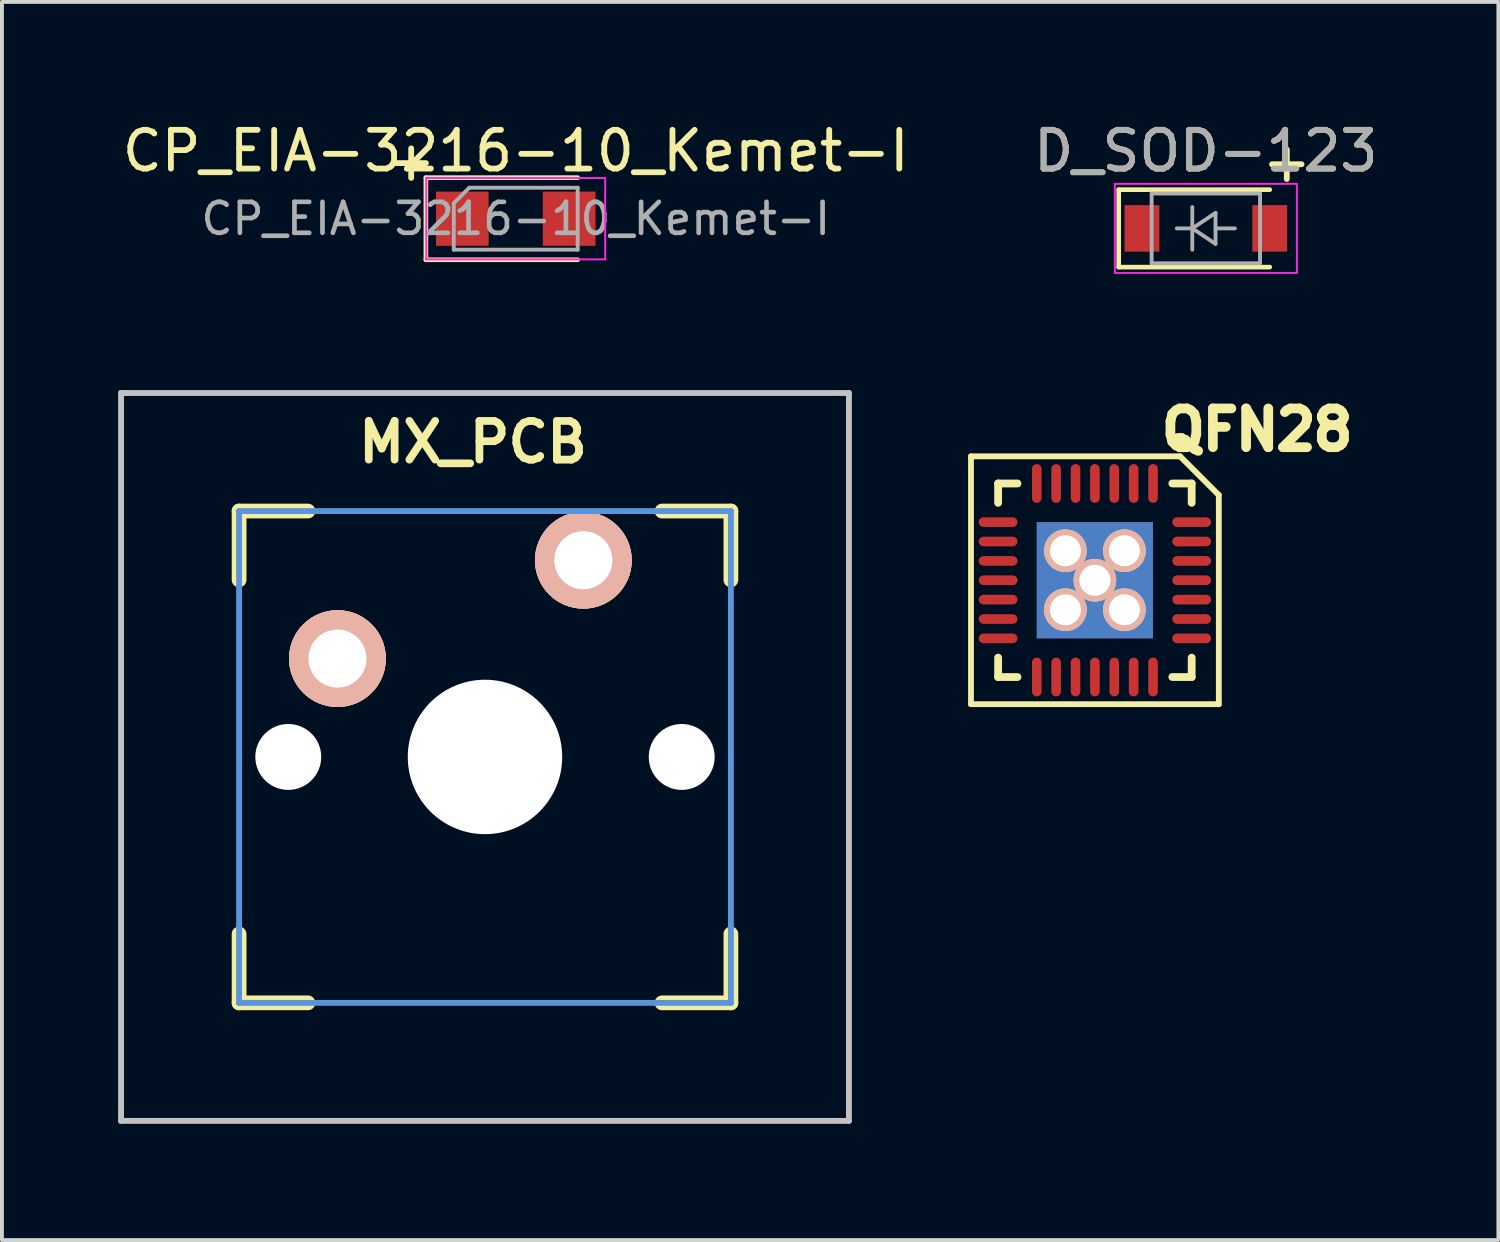
<source format=kicad_pcb>
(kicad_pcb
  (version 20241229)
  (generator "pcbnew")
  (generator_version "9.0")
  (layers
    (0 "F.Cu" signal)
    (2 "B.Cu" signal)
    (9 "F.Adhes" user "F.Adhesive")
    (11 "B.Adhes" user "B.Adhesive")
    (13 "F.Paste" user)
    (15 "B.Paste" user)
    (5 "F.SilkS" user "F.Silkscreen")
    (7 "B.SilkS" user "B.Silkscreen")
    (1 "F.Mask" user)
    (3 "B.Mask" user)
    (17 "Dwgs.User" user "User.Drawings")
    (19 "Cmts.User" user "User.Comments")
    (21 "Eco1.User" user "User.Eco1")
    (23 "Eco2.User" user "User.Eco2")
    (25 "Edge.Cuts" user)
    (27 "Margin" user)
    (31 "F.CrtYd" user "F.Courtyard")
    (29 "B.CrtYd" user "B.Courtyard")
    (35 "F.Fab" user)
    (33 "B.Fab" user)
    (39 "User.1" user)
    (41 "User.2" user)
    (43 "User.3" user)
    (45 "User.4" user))
  (footprint "QFN28"
    (layer "F.Cu")
    (at 25.224 11.934 -90)
    (property "Reference" "QFN28" (at -3.886 -4.191 0) (layer "F.SilkS") (effects (font (size 1.001 1.001) (thickness 0.305))))
    (attr through_hole)
    (fp_line (start -3.2 3.2) (end 3.2 3.2) (stroke (width 0.15) (type solid)) (layer "F.SilkS"))
    (fp_line (start 3.2 3.2) (end 3.2 -3.2) (stroke (width 0.15) (type solid)) (layer "F.SilkS"))
    (fp_line (start -2.499 2.499) (end -1.999 2.499) (stroke (width 0.201) (type solid)) (layer "F.SilkS"))
    (fp_line (start 1.999 2.499) (end 2.499 2.499) (stroke (width 0.201) (type solid)) (layer "F.SilkS"))
    (fp_line (start 2.499 2.499) (end 2.499 1.999) (stroke (width 0.201) (type solid)) (layer "F.SilkS"))
    (fp_line (start -2.499 1.999) (end -2.499 2.499) (stroke (width 0.201) (type solid)) (layer "F.SilkS"))
    (fp_line (start 2.499 -1.999) (end 2.499 -2.499) (stroke (width 0.201) (type solid)) (layer "F.SilkS"))
    (fp_line (start -3.2 -2.2) (end -3.2 3.2) (stroke (width 0.15) (type solid)) (layer "F.SilkS"))
    (fp_line (start -2.499 -2.499) (end -2.499 -1.999) (stroke (width 0.201) (type solid)) (layer "F.SilkS"))
    (fp_line (start -1.999 -2.499) (end -2.499 -2.499) (stroke (width 0.201) (type solid)) (layer "F.SilkS"))
    (fp_line (start 2.499 -2.499) (end 1.999 -2.499) (stroke (width 0.201) (type solid)) (layer "F.SilkS"))
    (fp_line (start -2.2 -3.2) (end -3.2 -2.2) (stroke (width 0.15) (type solid)) (layer "F.SilkS"))
    (fp_line (start 3.2 -3.2) (end -2.2 -3.2) (stroke (width 0.15) (type solid)) (layer "F.SilkS"))
    (pad "" np_thru_hole circle (at -0.762 -0.762 180) (size 1.1 1.1) (drill 0.8) (layers "*.Cu" "*.SilkS" "*.Mask"))
    (pad "" np_thru_hole circle (at -0.762 0.762 180) (size 1.1 1.1) (drill 0.8) (layers "*.Cu" "*.SilkS" "*.Mask"))
    (pad "" np_thru_hole circle (at 0 0 180) (size 1.1 1.1) (drill 0.8) (layers "*.Cu" "*.SilkS" "*.Mask"))
    (pad "" smd rect (at 0 0 180) (size 3 3) (layers "*.Cu" "F.Mask" "F.Paste"))
    (pad "" np_thru_hole circle (at 0.762 -0.762 180) (size 1.1 1.1) (drill 0.8) (layers "*.Cu" "*.SilkS" "*.Mask"))
    (pad "" np_thru_hole circle (at 0.762 0.762 180) (size 1.1 1.1) (drill 0.8) (layers "*.Cu" "*.SilkS" "*.Mask"))
    (pad "1" smd oval (at -2.499 -1.501 270) (size 1.001 0.249) (layers "F.Cu" "F.Mask" "F.Paste"))
    (pad "2" smd oval (at -2.499 -1.001 270) (size 1.001 0.249) (layers "F.Cu" "F.Mask" "F.Paste"))
    (pad "3" smd oval (at -2.499 -0.5 270) (size 1.001 0.249) (layers "F.Cu" "F.Mask" "F.Paste"))
    (pad "4" smd oval (at -2.499 0 270) (size 1.001 0.249) (layers "F.Cu" "F.Mask" "F.Paste"))
    (pad "5" smd oval (at -2.499 0.5 270) (size 1.001 0.249) (layers "F.Cu" "F.Mask" "F.Paste"))
    (pad "6" smd oval (at -2.499 1.001 270) (size 1.001 0.249) (layers "F.Cu" "F.Mask" "F.Paste"))
    (pad "7" smd oval (at -2.499 1.501 270) (size 1.001 0.249) (layers "F.Cu" "F.Mask" "F.Paste"))
    (pad "8" smd oval (at -1.501 2.499) (size 1.001 0.249) (layers "F.Cu" "F.Mask" "F.Paste"))
    (pad "9" smd oval (at -1.001 2.499) (size 1.001 0.249) (layers "F.Cu" "F.Mask" "F.Paste"))
    (pad "10" smd oval (at -0.5 2.499) (size 1.001 0.249) (layers "F.Cu" "F.Mask" "F.Paste"))
    (pad "11" smd oval (at 0 2.499) (size 1.001 0.249) (layers "F.Cu" "F.Mask" "F.Paste"))
    (pad "12" smd oval (at 0.5 2.499) (size 1.001 0.249) (layers "F.Cu" "F.Mask" "F.Paste"))
    (pad "13" smd oval (at 1.001 2.499) (size 1.001 0.249) (layers "F.Cu" "F.Mask" "F.Paste"))
    (pad "14" smd oval (at 1.501 2.499) (size 1.001 0.249) (layers "F.Cu" "F.Mask" "F.Paste"))
    (pad "15" smd oval (at 2.499 1.501 90) (size 1.001 0.249) (layers "F.Cu" "F.Mask" "F.Paste"))
    (pad "16" smd oval (at 2.499 1.001 90) (size 1.001 0.249) (layers "F.Cu" "F.Mask" "F.Paste"))
    (pad "17" smd oval (at 2.499 0.5 90) (size 1.001 0.249) (layers "F.Cu" "F.Mask" "F.Paste"))
    (pad "18" smd oval (at 2.499 0 90) (size 1.001 0.249) (layers "F.Cu" "F.Mask" "F.Paste"))
    (pad "19" smd oval (at 2.499 -0.5 90) (size 1.001 0.249) (layers "F.Cu" "F.Mask" "F.Paste"))
    (pad "20" smd oval (at 2.499 -1.001 90) (size 1.001 0.249) (layers "F.Cu" "F.Mask" "F.Paste"))
    (pad "21" smd oval (at 2.499 -1.501 90) (size 1.001 0.249) (layers "F.Cu" "F.Mask" "F.Paste"))
    (pad "22" smd oval (at 1.501 -2.499 180) (size 1.001 0.249) (layers "F.Cu" "F.Mask" "F.Paste"))
    (pad "23" smd oval (at 1.001 -2.499 180) (size 1.001 0.249) (layers "F.Cu" "F.Mask" "F.Paste"))
    (pad "24" smd oval (at 0.5 -2.499 180) (size 1.001 0.249) (layers "F.Cu" "F.Mask" "F.Paste"))
    (pad "25" smd oval (at 0 -2.499 180) (size 1.001 0.249) (layers "F.Cu" "F.Mask" "F.Paste"))
    (pad "26" smd oval (at -0.5 -2.499 180) (size 1.001 0.249) (layers "F.Cu" "F.Mask" "F.Paste"))
    (pad "27" smd oval (at -1.001 -2.499 180) (size 1.001 0.249) (layers "F.Cu" "F.Mask" "F.Paste"))
    (pad "28" smd oval (at -1.501 -2.499 180) (size 1.001 0.249) (layers "F.Cu" "F.Mask" "F.Paste")))
  (footprint "MX_PCB"
    (layer "F.Cu")
    (at 9.474 16.497)
    (property "Reference" "MX_PCB" (at -0.31 -8.13 0) (layer "F.SilkS") (effects (font (size 1 1) (thickness 0.2))))
    (attr through_hole)
    (fp_line (start -6.35 -6.35) (end -4.572 -6.35) (stroke (width 0.381) (type solid)) (layer "F.SilkS"))
    (fp_line (start -6.35 -4.572) (end -6.35 -6.35) (stroke (width 0.381) (type solid)) (layer "F.SilkS"))
    (fp_line (start -6.35 6.35) (end -6.35 4.572) (stroke (width 0.381) (type solid)) (layer "F.SilkS"))
    (fp_line (start -4.572 6.35) (end -6.35 6.35) (stroke (width 0.381) (type solid)) (layer "F.SilkS"))
    (fp_line (start 4.572 -6.35) (end 6.35 -6.35) (stroke (width 0.381) (type solid)) (layer "F.SilkS"))
    (fp_line (start 6.35 -6.35) (end 6.35 -4.572) (stroke (width 0.381) (type solid)) (layer "F.SilkS"))
    (fp_line (start 6.35 4.572) (end 6.35 6.35) (stroke (width 0.381) (type solid)) (layer "F.SilkS"))
    (fp_line (start 6.35 6.35) (end 4.572 6.35) (stroke (width 0.381) (type solid)) (layer "F.SilkS"))
    (fp_line (start -9.398 -9.398) (end 9.398 -9.398) (stroke (width 0.152) (type solid)) (layer "Dwgs.User"))
    (fp_line (start -9.398 9.398) (end -9.398 -9.398) (stroke (width 0.152) (type solid)) (layer "Dwgs.User"))
    (fp_line (start 9.398 -9.398) (end 9.398 9.398) (stroke (width 0.152) (type solid)) (layer "Dwgs.User"))
    (fp_line (start 9.398 9.398) (end -9.398 9.398) (stroke (width 0.152) (type solid)) (layer "Dwgs.User"))
    (fp_line (start -6.35 -6.35) (end 6.35 -6.35) (stroke (width 0.152) (type solid)) (layer "Cmts.User"))
    (fp_line (start -6.35 6.35) (end -6.35 -6.35) (stroke (width 0.152) (type solid)) (layer "Cmts.User"))
    (fp_line (start 6.35 -6.35) (end 6.35 6.35) (stroke (width 0.152) (type solid)) (layer "Cmts.User"))
    (fp_line (start 6.35 6.35) (end -6.35 6.35) (stroke (width 0.152) (type solid)) (layer "Cmts.User"))
    (fp_line (start -6.985 -6.985) (end 6.985 -6.985) (stroke (width 0.152) (type solid)) (layer "Eco2.User"))
    (fp_line (start -6.985 6.985) (end -6.985 -6.985) (stroke (width 0.152) (type solid)) (layer "Eco2.User"))
    (fp_line (start 6.985 -6.985) (end 6.985 6.985) (stroke (width 0.152) (type solid)) (layer "Eco2.User"))
    (fp_line (start 6.985 6.985) (end -6.985 6.985) (stroke (width 0.152) (type solid)) (layer "Eco2.User"))
    (pad "" np_thru_hole circle (at -5.08 0) (size 1.702 1.702) (drill 1.702) (layers "*.Cu"))
    (pad "" np_thru_hole circle (at 0 0) (size 3.988 3.988) (drill 3.988) (layers "*.Cu"))
    (pad "" np_thru_hole circle (at 5.08 0) (size 1.702 1.702) (drill 1.702) (layers "*.Cu"))
    (pad "SW1" thru_hole circle (at -3.81 -2.54) (size 2.5 2.5) (drill 1.499) (layers "*.Cu" "*.SilkS" "*.Mask"))
    (pad "SW2" thru_hole circle (at 2.54 -5.08) (size 2.5 2.5) (drill 1.499) (layers "*.Cu" "*.SilkS" "*.Mask")))
  (footprint "D_SOD-123"
    (layer "F.Cu")
    (at 28.089 2.848)
    (property "Reference" "D_SOD-123" (at 0 -2 0) (layer "F.SilkS") (effects (font (size 1 1) (thickness 0.15))))
    (attr smd)
    (fp_line (start -2.25 -1) (end -2.25 1) (stroke (width 0.12) (type solid)) (layer "F.SilkS"))
    (fp_line (start -2.25 -1) (end 1.65 -1) (stroke (width 0.12) (type solid)) (layer "F.SilkS"))
    (fp_line (start -2.25 1) (end 1.65 1) (stroke (width 0.12) (type solid)) (layer "F.SilkS"))
    (fp_line (start -2.35 -1.15) (end -2.35 1.15) (stroke (width 0.05) (type solid)) (layer "F.CrtYd"))
    (fp_line (start -2.35 -1.15) (end 2.35 -1.15) (stroke (width 0.05) (type solid)) (layer "F.CrtYd"))
    (fp_line (start 2.35 -1.15) (end 2.35 1.15) (stroke (width 0.05) (type solid)) (layer "F.CrtYd"))
    (fp_line (start 2.35 1.15) (end -2.35 1.15) (stroke (width 0.05) (type solid)) (layer "F.CrtYd"))
    (fp_line (start -1.4 -0.9) (end 1.4 -0.9) (stroke (width 0.1) (type solid)) (layer "F.Fab"))
    (fp_line (start -1.4 0.9) (end -1.4 -0.9) (stroke (width 0.1) (type solid)) (layer "F.Fab"))
    (fp_line (start -0.75 0) (end -0.35 0) (stroke (width 0.1) (type solid)) (layer "F.Fab"))
    (fp_line (start -0.35 0) (end -0.35 -0.55) (stroke (width 0.1) (type solid)) (layer "F.Fab"))
    (fp_line (start -0.35 0) (end -0.35 0.55) (stroke (width 0.1) (type solid)) (layer "F.Fab"))
    (fp_line (start -0.35 0) (end 0.25 -0.4) (stroke (width 0.1) (type solid)) (layer "F.Fab"))
    (fp_line (start 0.25 -0.4) (end 0.25 0.4) (stroke (width 0.1) (type solid)) (layer "F.Fab"))
    (fp_line (start 0.25 0) (end 0.75 0) (stroke (width 0.1) (type solid)) (layer "F.Fab"))
    (fp_line (start 0.25 0.4) (end -0.35 0) (stroke (width 0.1) (type solid)) (layer "F.Fab"))
    (fp_line (start 1.4 -0.9) (end 1.4 0.9) (stroke (width 0.1) (type solid)) (layer "F.Fab"))
    (fp_line (start 1.4 0.9) (end -1.4 0.9) (stroke (width 0.1) (type solid)) (layer "F.Fab"))
    (fp_text user "+" (at 2.09 -1.73 0) (layer "F.SilkS") (effects (font (size 1 1) (thickness 0.15))))
    (fp_text user "${REFERENCE}" (at 0 -2 0) (layer "F.Fab") (effects (font (size 1 1) (thickness 0.15))))
    (pad "1" smd rect (at -1.65 0) (size 0.9 1.2) (layers "F.Cu" "F.Mask" "F.Paste"))
    (pad "2" smd rect (at 1.65 0) (size 0.9 1.2) (layers "F.Cu" "F.Mask" "F.Paste")))
  (footprint "CP_EIA-3216-10_Kemet-I"
    (layer "F.Cu")
    (at 10.268 2.598)
    (property "Reference" "CP_EIA-3216-10_Kemet-I" (at 0 -1.75 0) (layer "F.SilkS") (effects (font (size 1 1) (thickness 0.15))))
    (attr smd)
    (fp_line (start -2.32 -1.06) (end -2.32 1.06) (stroke (width 0.12) (type solid)) (layer "F.SilkS"))
    (fp_line (start -2.32 1.06) (end 1.6 1.06) (stroke (width 0.12) (type solid)) (layer "F.SilkS"))
    (fp_line (start 1.6 -1.06) (end -2.32 -1.06) (stroke (width 0.12) (type solid)) (layer "F.SilkS"))
    (fp_line (start -2.31 -1.05) (end 2.31 -1.05) (stroke (width 0.05) (type solid)) (layer "F.CrtYd"))
    (fp_line (start -2.31 1.05) (end -2.31 -1.05) (stroke (width 0.05) (type solid)) (layer "F.CrtYd"))
    (fp_line (start 2.31 -1.05) (end 2.31 1.05) (stroke (width 0.05) (type solid)) (layer "F.CrtYd"))
    (fp_line (start 2.31 1.05) (end -2.31 1.05) (stroke (width 0.05) (type solid)) (layer "F.CrtYd"))
    (fp_line (start -1.6 -0.4) (end -1.6 0.8) (stroke (width 0.1) (type solid)) (layer "F.Fab"))
    (fp_line (start -1.6 0.8) (end 1.6 0.8) (stroke (width 0.1) (type solid)) (layer "F.Fab"))
    (fp_line (start -1.2 -0.8) (end -1.6 -0.4) (stroke (width 0.1) (type solid)) (layer "F.Fab"))
    (fp_line (start 1.6 -0.8) (end -1.2 -0.8) (stroke (width 0.1) (type solid)) (layer "F.Fab"))
    (fp_line (start 1.6 0.8) (end 1.6 -0.8) (stroke (width 0.1) (type solid)) (layer "F.Fab"))
    (fp_text user "+" (at -2.7 -1.51 0) (layer "F.SilkS") (effects (font (size 1 1) (thickness 0.15))))
    (fp_text user "${REFERENCE}" (at 0 0 0) (layer "F.Fab") (effects (font (size 0.8 0.8) (thickness 0.12))))
    (pad "1" smd rect (at -1.38 0) (size 1.36 1.4) (layers "F.Cu" "F.Mask" "F.Paste"))
    (pad "2" smd rect (at 1.38 0) (size 1.36 1.4) (layers "F.Cu" "F.Mask" "F.Paste")))
  (gr_rect
    (start -3 -3)
    (end 35.643 28.972)
    (stroke (width 0.1) (type default))
    (fill no)
    (layer "Edge.Cuts")))
</source>
